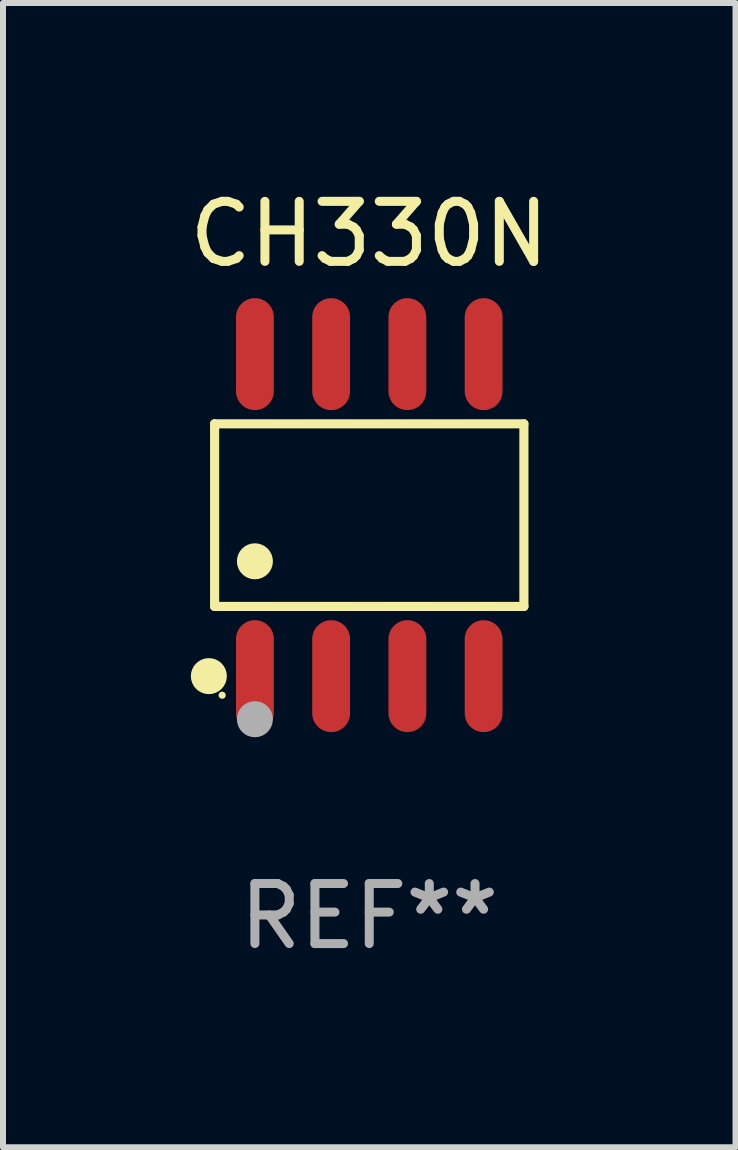
<source format=kicad_pcb>
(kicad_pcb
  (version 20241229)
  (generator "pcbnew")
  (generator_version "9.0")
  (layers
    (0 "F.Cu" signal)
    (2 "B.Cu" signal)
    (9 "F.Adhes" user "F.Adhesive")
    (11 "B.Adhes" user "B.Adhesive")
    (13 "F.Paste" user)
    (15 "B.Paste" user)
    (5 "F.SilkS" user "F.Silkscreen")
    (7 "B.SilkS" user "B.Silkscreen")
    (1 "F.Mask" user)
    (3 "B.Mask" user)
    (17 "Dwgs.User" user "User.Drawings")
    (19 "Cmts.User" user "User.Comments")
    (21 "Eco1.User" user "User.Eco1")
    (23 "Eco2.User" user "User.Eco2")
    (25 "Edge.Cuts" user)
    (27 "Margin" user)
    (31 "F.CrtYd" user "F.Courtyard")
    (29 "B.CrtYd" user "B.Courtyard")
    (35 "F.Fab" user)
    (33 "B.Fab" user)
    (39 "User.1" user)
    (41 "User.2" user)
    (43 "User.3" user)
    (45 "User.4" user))
  (footprint "CH330N"
    (layer "F.Cu")
    (at 3.101 5.531)
    (property "Reference" "CH330N" (at 0 -4.682 0) (layer "F.SilkS") (effects (font (size 1 1) (thickness 0.15))))
    (attr through_hole)
    (fp_line (start -2.576 -1.521) (end 2.576 -1.521) (stroke (width 0.152) (type solid)) (layer "F.SilkS"))
    (fp_line (start -2.576 1.521) (end -2.576 -1.521) (stroke (width 0.152) (type solid)) (layer "F.SilkS"))
    (fp_line (start 2.576 -1.521) (end 2.576 1.521) (stroke (width 0.152) (type solid)) (layer "F.SilkS"))
    (fp_line (start 2.576 1.521) (end -2.576 1.521) (stroke (width 0.152) (type solid)) (layer "F.SilkS"))
    (fp_circle (center -2.672 2.682) (end -2.522 2.682) (stroke (width 0.3) (type solid)) (fill no) (layer "F.SilkS"))
    (fp_circle (center -2.45 3) (end -2.42 3) (stroke (width 0.06) (type solid)) (fill no) (layer "F.SilkS"))
    (fp_circle (center -1.905 0.769) (end -1.755 0.769) (stroke (width 0.3) (type solid)) (fill no) (layer "F.SilkS"))
    (fp_circle (center -1.905 3.4) (end -1.755 3.4) (stroke (width 0.3) (type solid)) (fill no) (layer "F.Fab"))
    (fp_text user "REF**" (at 0 6.682 0) (layer "F.Fab") (effects (font (size 1 1) (thickness 0.15))))
    (pad "1" smd oval (at -1.905 2.682) (size 0.63 1.865) (layers "F.Cu" "F.Mask" "F.Paste"))
    (pad "2" smd oval (at -0.635 2.682) (size 0.63 1.865) (layers "F.Cu" "F.Mask" "F.Paste"))
    (pad "3" smd oval (at 0.635 2.682) (size 0.63 1.865) (layers "F.Cu" "F.Mask" "F.Paste"))
    (pad "4" smd oval (at 1.905 2.682) (size 0.63 1.865) (layers "F.Cu" "F.Mask" "F.Paste"))
    (pad "5" smd oval (at 1.905 -2.682) (size 0.63 1.865) (layers "F.Cu" "F.Mask" "F.Paste"))
    (pad "6" smd oval (at 0.635 -2.682) (size 0.63 1.865) (layers "F.Cu" "F.Mask" "F.Paste"))
    (pad "7" smd oval (at -0.635 -2.682) (size 0.63 1.865) (layers "F.Cu" "F.Mask" "F.Paste"))
    (pad "8" smd oval (at -1.905 -2.682) (size 0.63 1.865) (layers "F.Cu" "F.Mask" "F.Paste")))
  (gr_rect
    (start -3 -3)
    (end 9.202 16.061)
    (stroke (width 0.1) (type default))
    (fill no)
    (layer "Edge.Cuts")))
</source>
